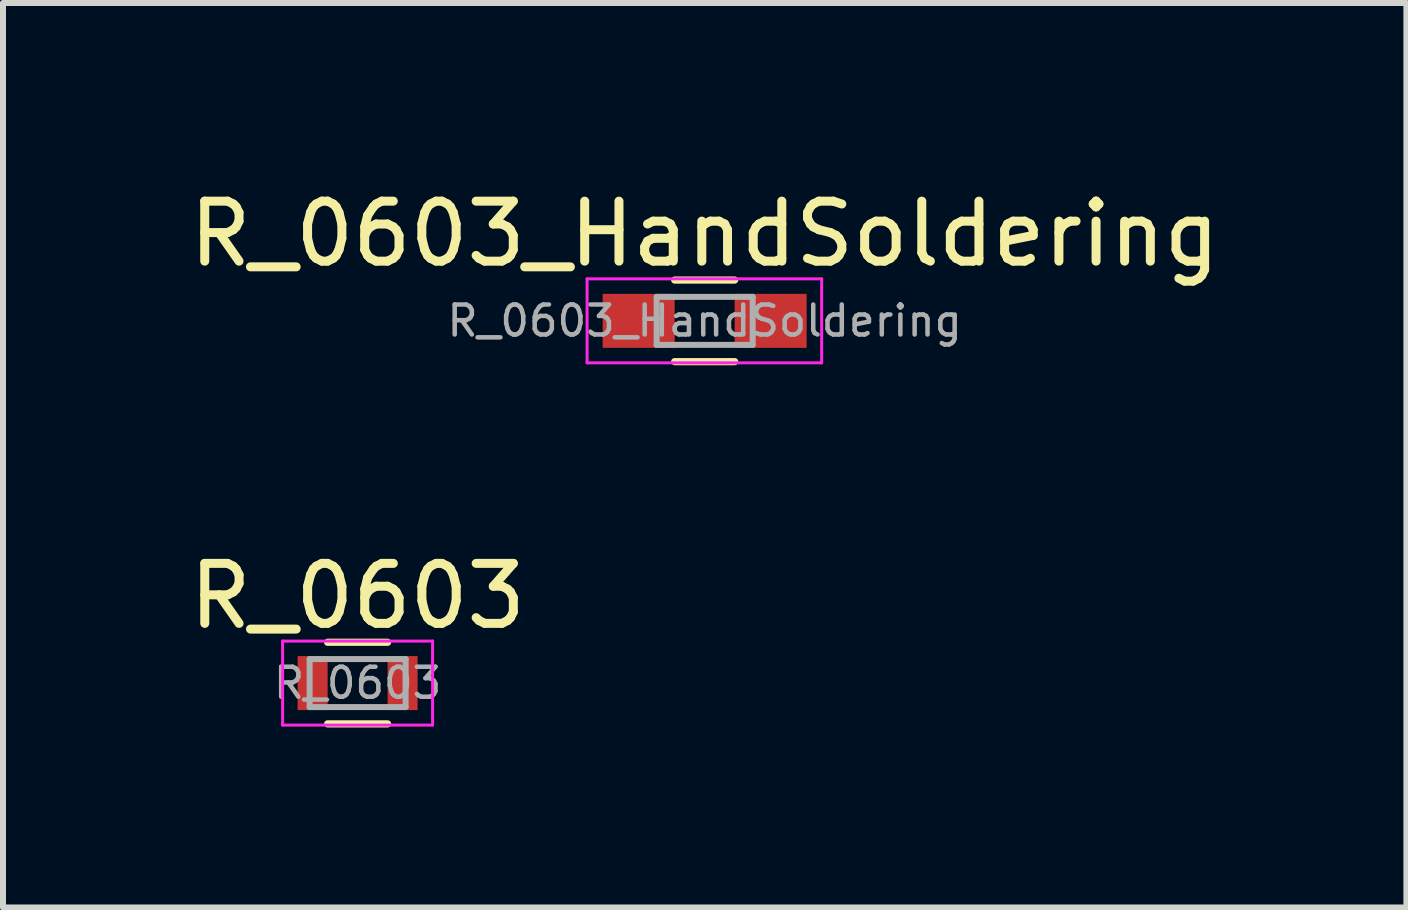
<source format=kicad_pcb>
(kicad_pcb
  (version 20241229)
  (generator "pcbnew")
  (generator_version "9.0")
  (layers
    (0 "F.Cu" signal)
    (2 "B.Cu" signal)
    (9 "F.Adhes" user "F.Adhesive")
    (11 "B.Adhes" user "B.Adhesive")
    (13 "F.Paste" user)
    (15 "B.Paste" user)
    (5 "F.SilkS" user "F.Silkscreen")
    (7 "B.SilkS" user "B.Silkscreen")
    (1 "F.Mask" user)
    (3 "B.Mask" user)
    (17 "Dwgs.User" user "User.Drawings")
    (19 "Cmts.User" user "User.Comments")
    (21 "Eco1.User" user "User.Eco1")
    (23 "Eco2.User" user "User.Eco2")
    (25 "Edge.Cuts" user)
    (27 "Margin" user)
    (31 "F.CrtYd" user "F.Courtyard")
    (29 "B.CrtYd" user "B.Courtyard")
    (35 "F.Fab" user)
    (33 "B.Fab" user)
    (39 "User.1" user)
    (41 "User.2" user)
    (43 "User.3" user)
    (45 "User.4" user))
  (footprint "R_0603"
    (layer "F.Cu")
    (at 2.911 8.336)
    (property "Reference" "R_0603" (at 0 -1.45 0) (layer "F.SilkS") (effects (font (size 1 1) (thickness 0.15))))
    (attr smd)
    (fp_line (start -0.5 -0.68) (end 0.5 -0.68) (stroke (width 0.12) (type solid)) (layer "F.SilkS"))
    (fp_line (start 0.5 0.68) (end -0.5 0.68) (stroke (width 0.12) (type solid)) (layer "F.SilkS"))
    (fp_line (start -1.25 -0.7) (end -1.25 0.7) (stroke (width 0.05) (type solid)) (layer "F.CrtYd"))
    (fp_line (start -1.25 -0.7) (end 1.25 -0.7) (stroke (width 0.05) (type solid)) (layer "F.CrtYd"))
    (fp_line (start 1.25 0.7) (end -1.25 0.7) (stroke (width 0.05) (type solid)) (layer "F.CrtYd"))
    (fp_line (start 1.25 0.7) (end 1.25 -0.7) (stroke (width 0.05) (type solid)) (layer "F.CrtYd"))
    (fp_line (start -0.8 -0.4) (end 0.8 -0.4) (stroke (width 0.1) (type solid)) (layer "F.Fab"))
    (fp_line (start -0.8 0.4) (end -0.8 -0.4) (stroke (width 0.1) (type solid)) (layer "F.Fab"))
    (fp_line (start 0.8 -0.4) (end 0.8 0.4) (stroke (width 0.1) (type solid)) (layer "F.Fab"))
    (fp_line (start 0.8 0.4) (end -0.8 0.4) (stroke (width 0.1) (type solid)) (layer "F.Fab"))
    (fp_text user "${REFERENCE}" (at 0 0 0) (layer "F.Fab") (effects (font (size 0.5 0.5) (thickness 0.075))))
    (pad "1" smd rect (at -0.75 0) (size 0.5 0.9) (layers "F.Cu" "F.Mask" "F.Paste"))
    (pad "2" smd rect (at 0.75 0) (size 0.5 0.9) (layers "F.Cu" "F.Mask" "F.Paste")))
  (footprint "R_0603_HandSoldering"
    (layer "F.Cu")
    (at 8.696 2.298)
    (property "Reference" "R_0603_HandSoldering" (at 0 -1.45 0) (layer "F.SilkS") (effects (font (size 1 1) (thickness 0.15))))
    (attr smd)
    (fp_line (start -0.5 -0.68) (end 0.5 -0.68) (stroke (width 0.12) (type solid)) (layer "F.SilkS"))
    (fp_line (start 0.5 0.68) (end -0.5 0.68) (stroke (width 0.12) (type solid)) (layer "F.SilkS"))
    (fp_line (start -1.96 -0.7) (end -1.96 0.7) (stroke (width 0.05) (type solid)) (layer "F.CrtYd"))
    (fp_line (start -1.96 -0.7) (end 1.95 -0.7) (stroke (width 0.05) (type solid)) (layer "F.CrtYd"))
    (fp_line (start 1.95 0.7) (end -1.96 0.7) (stroke (width 0.05) (type solid)) (layer "F.CrtYd"))
    (fp_line (start 1.95 0.7) (end 1.95 -0.7) (stroke (width 0.05) (type solid)) (layer "F.CrtYd"))
    (fp_line (start -0.8 -0.4) (end 0.8 -0.4) (stroke (width 0.1) (type solid)) (layer "F.Fab"))
    (fp_line (start -0.8 0.4) (end -0.8 -0.4) (stroke (width 0.1) (type solid)) (layer "F.Fab"))
    (fp_line (start 0.8 -0.4) (end 0.8 0.4) (stroke (width 0.1) (type solid)) (layer "F.Fab"))
    (fp_line (start 0.8 0.4) (end -0.8 0.4) (stroke (width 0.1) (type solid)) (layer "F.Fab"))
    (fp_text user "${REFERENCE}" (at 0 0 0) (layer "F.Fab") (effects (font (size 0.5 0.5) (thickness 0.075))))
    (pad "1" smd rect (at -1.1 0) (size 1.2 0.9) (layers "F.Cu" "F.Mask" "F.Paste"))
    (pad "2" smd rect (at 1.1 0) (size 1.2 0.9) (layers "F.Cu" "F.Mask" "F.Paste")))
  (gr_rect
    (start -3 -3)
    (end 20.393 12.076)
    (stroke (width 0.1) (type default))
    (fill no)
    (layer "Edge.Cuts")))
</source>
